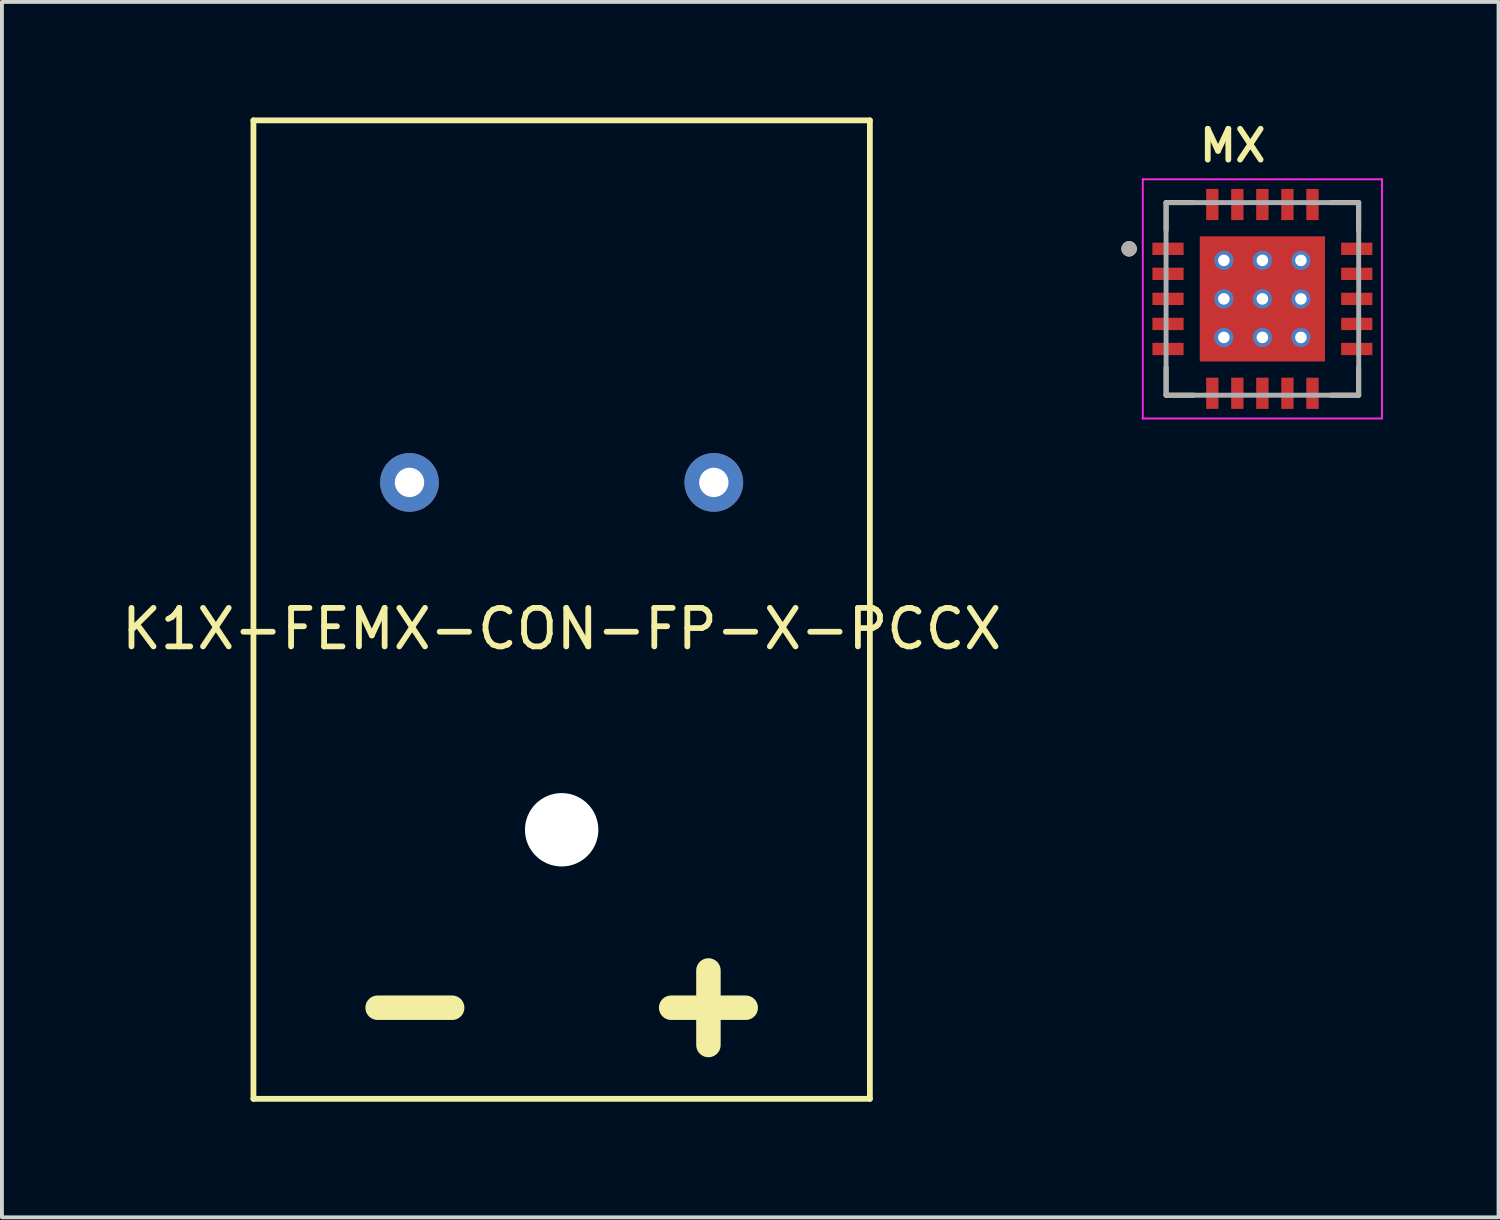
<source format=kicad_pcb>
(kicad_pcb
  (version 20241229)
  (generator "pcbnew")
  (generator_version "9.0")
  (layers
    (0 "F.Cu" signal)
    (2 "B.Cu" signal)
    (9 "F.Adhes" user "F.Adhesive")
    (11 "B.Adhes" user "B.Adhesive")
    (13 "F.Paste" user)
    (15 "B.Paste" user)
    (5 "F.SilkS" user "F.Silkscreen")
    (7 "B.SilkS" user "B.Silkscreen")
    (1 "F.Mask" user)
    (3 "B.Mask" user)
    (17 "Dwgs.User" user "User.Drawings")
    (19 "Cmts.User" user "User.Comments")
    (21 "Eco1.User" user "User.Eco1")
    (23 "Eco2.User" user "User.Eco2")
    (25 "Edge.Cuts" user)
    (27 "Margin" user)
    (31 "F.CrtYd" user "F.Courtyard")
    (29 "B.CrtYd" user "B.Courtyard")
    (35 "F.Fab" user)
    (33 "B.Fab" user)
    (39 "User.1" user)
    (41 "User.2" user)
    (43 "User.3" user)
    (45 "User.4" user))
  (footprint "K1X-FEMX-CON-FP-X-PCCX"
    (layer "F.Cu")
    (at 11.53 12.775)
    (property "Reference" "K1X-FEMX-CON-FP-X-PCCX" (at 0 0.5 0) (layer "F.SilkS") (effects (font (size 1 1) (thickness 0.15))))
    (attr through_hole)
    (fp_line (start -8.001 -12.7) (end -8.001 12.7) (stroke (width 0.15) (type solid)) (layer "F.SilkS"))
    (fp_line (start -8.001 -12.7) (end 8.001 -12.7) (stroke (width 0.15) (type solid)) (layer "F.SilkS"))
    (fp_line (start -8.001 12.7) (end 8.001 12.7) (stroke (width 0.15) (type solid)) (layer "F.SilkS"))
    (fp_line (start 8.001 -12.7) (end 8.001 12.7) (stroke (width 0.15) (type solid)) (layer "F.SilkS"))
    (fp_text user "-" (at -3.81 10.16 0) (layer "F.SilkS") (effects (font (size 2.54 2.54) (thickness 0.635))))
    (fp_text user "+" (at 3.81 10.16 0) (layer "F.SilkS") (effects (font (size 2.54 2.54) (thickness 0.635))))
    (pad "" np_thru_hole circle (at 0 5.715) (size 1.905 1.905) (drill 1.905) (layers "*.Cu" "*.Mask"))
    (pad "1" thru_hole circle (at 3.95 -3.302) (size 1.524 1.524) (drill 0.762) (layers "*.Cu" "*.Mask"))
    (pad "2" thru_hole circle (at -3.95 -3.302) (size 1.524 1.524) (drill 0.762) (layers "*.Cu" "*.Mask")))
  (footprint "MX"
    (layer "F.Cu")
    (at 29.72 4.709)
    (property "Reference" "MX" (at -0.77 -3.978 0) (layer "F.SilkS") (effects (font (size 0.8 0.8) (thickness 0.15))))
    (attr through_hole)
    (fp_line (start -2.5 -2.5) (end -2.5 -1.78) (stroke (width 0.127) (type solid)) (layer "F.SilkS"))
    (fp_line (start -2.5 -2.5) (end -1.78 -2.5) (stroke (width 0.127) (type solid)) (layer "F.SilkS"))
    (fp_line (start -2.5 2.5) (end -2.5 1.78) (stroke (width 0.127) (type solid)) (layer "F.SilkS"))
    (fp_line (start -2.5 2.5) (end -1.78 2.5) (stroke (width 0.127) (type solid)) (layer "F.SilkS"))
    (fp_line (start 2.5 -2.5) (end 1.78 -2.5) (stroke (width 0.127) (type solid)) (layer "F.SilkS"))
    (fp_line (start 2.5 -2.5) (end 2.5 -1.78) (stroke (width 0.127) (type solid)) (layer "F.SilkS"))
    (fp_line (start 2.5 2.5) (end 1.78 2.5) (stroke (width 0.127) (type solid)) (layer "F.SilkS"))
    (fp_line (start 2.5 2.5) (end 2.5 1.78) (stroke (width 0.127) (type solid)) (layer "F.SilkS"))
    (fp_circle (center -3.46 -1.3) (end -3.36 -1.3) (stroke (width 0.2) (type solid)) (fill no) (layer "F.SilkS"))
    (fp_poly (pts (xy -1.15 -1.15) (xy 1.15 -1.15) (xy 1.15 1.15) (xy -1.15 1.15)) (stroke (width 0.01) (type solid)) (fill yes) (layer "F.Paste"))
    (fp_line (start -3.105 -3.105) (end 3.105 -3.105) (stroke (width 0.05) (type solid)) (layer "F.CrtYd"))
    (fp_line (start -3.105 3.105) (end -3.105 -3.105) (stroke (width 0.05) (type solid)) (layer "F.CrtYd"))
    (fp_line (start -3.105 3.105) (end 3.105 3.105) (stroke (width 0.05) (type solid)) (layer "F.CrtYd"))
    (fp_line (start 3.105 3.105) (end 3.105 -3.105) (stroke (width 0.05) (type solid)) (layer "F.CrtYd"))
    (fp_line (start -2.5 2.5) (end -2.5 -2.5) (stroke (width 0.127) (type solid)) (layer "F.Fab"))
    (fp_line (start 2.5 -2.5) (end -2.5 -2.5) (stroke (width 0.127) (type solid)) (layer "F.Fab"))
    (fp_line (start 2.5 2.5) (end -2.5 2.5) (stroke (width 0.127) (type solid)) (layer "F.Fab"))
    (fp_line (start 2.5 2.5) (end 2.5 -2.5) (stroke (width 0.127) (type solid)) (layer "F.Fab"))
    (fp_circle (center -3.46 -1.3) (end -3.36 -1.3) (stroke (width 0.2) (type solid)) (fill no) (layer "F.Fab"))
    (pad "1" smd rect (at -2.45 -1.3) (size 0.81 0.32) (layers "F.Cu" "F.Mask" "F.Paste"))
    (pad "2" smd rect (at -2.45 -0.65) (size 0.81 0.32) (layers "F.Cu" "F.Mask" "F.Paste"))
    (pad "3" smd rect (at -2.45 0) (size 0.81 0.32) (layers "F.Cu" "F.Mask" "F.Paste"))
    (pad "4" smd rect (at -2.45 0.65) (size 0.81 0.32) (layers "F.Cu" "F.Mask" "F.Paste"))
    (pad "5" smd rect (at -2.45 1.3) (size 0.81 0.32) (layers "F.Cu" "F.Mask" "F.Paste"))
    (pad "6" smd rect (at -1.3 2.45) (size 0.32 0.81) (layers "F.Cu" "F.Mask" "F.Paste"))
    (pad "7" smd rect (at -0.65 2.45) (size 0.32 0.81) (layers "F.Cu" "F.Mask" "F.Paste"))
    (pad "8" smd rect (at 0 2.45) (size 0.32 0.81) (layers "F.Cu" "F.Mask" "F.Paste"))
    (pad "9" smd rect (at 0.65 2.45) (size 0.32 0.81) (layers "F.Cu" "F.Mask" "F.Paste"))
    (pad "10" smd rect (at 1.3 2.45) (size 0.32 0.81) (layers "F.Cu" "F.Mask" "F.Paste"))
    (pad "11" smd rect (at 2.45 1.3) (size 0.81 0.32) (layers "F.Cu" "F.Mask" "F.Paste"))
    (pad "12" smd rect (at 2.45 0.65) (size 0.81 0.32) (layers "F.Cu" "F.Mask" "F.Paste"))
    (pad "13" smd rect (at 2.45 0) (size 0.81 0.32) (layers "F.Cu" "F.Mask" "F.Paste"))
    (pad "14" smd rect (at 2.45 -0.65) (size 0.81 0.32) (layers "F.Cu" "F.Mask" "F.Paste"))
    (pad "15" smd rect (at 2.45 -1.3) (size 0.81 0.32) (layers "F.Cu" "F.Mask" "F.Paste"))
    (pad "16" smd rect (at 1.3 -2.45) (size 0.32 0.81) (layers "F.Cu" "F.Mask" "F.Paste"))
    (pad "17" smd rect (at 0.65 -2.45) (size 0.32 0.81) (layers "F.Cu" "F.Mask" "F.Paste"))
    (pad "18" smd rect (at 0 -2.45) (size 0.32 0.81) (layers "F.Cu" "F.Mask" "F.Paste"))
    (pad "19" smd rect (at -0.65 -2.45) (size 0.32 0.81) (layers "F.Cu" "F.Mask" "F.Paste"))
    (pad "20" smd rect (at -1.3 -2.45) (size 0.32 0.81) (layers "F.Cu" "F.Mask" "F.Paste"))
    (pad "21" smd rect (at 0 0) (size 3.25 3.25) (layers "F.Cu" "F.Mask"))
    (pad "22" thru_hole circle (at -1 -1) (size 0.5 0.5) (drill 0.3) (layers "*.Cu" "*.Mask"))
    (pad "23" thru_hole circle (at 0 -1) (size 0.5 0.5) (drill 0.3) (layers "*.Cu" "*.Mask"))
    (pad "24" thru_hole circle (at 1 -1) (size 0.5 0.5) (drill 0.3) (layers "*.Cu" "*.Mask"))
    (pad "25" thru_hole circle (at -1 0) (size 0.5 0.5) (drill 0.3) (layers "*.Cu" "*.Mask"))
    (pad "26" thru_hole circle (at 0 0) (size 0.5 0.5) (drill 0.3) (layers "*.Cu" "*.Mask"))
    (pad "27" thru_hole circle (at 1 0) (size 0.5 0.5) (drill 0.3) (layers "*.Cu" "*.Mask"))
    (pad "28" thru_hole circle (at -1 1) (size 0.5 0.5) (drill 0.3) (layers "*.Cu" "*.Mask"))
    (pad "29" thru_hole circle (at 0 1) (size 0.5 0.5) (drill 0.3) (layers "*.Cu" "*.Mask"))
    (pad "30" thru_hole circle (at 1 1) (size 0.5 0.5) (drill 0.3) (layers "*.Cu" "*.Mask")))
  (gr_rect
    (start -3 -3)
    (end 35.85 28.55)
    (stroke (width 0.1) (type default))
    (fill no)
    (layer "Edge.Cuts")))
</source>
